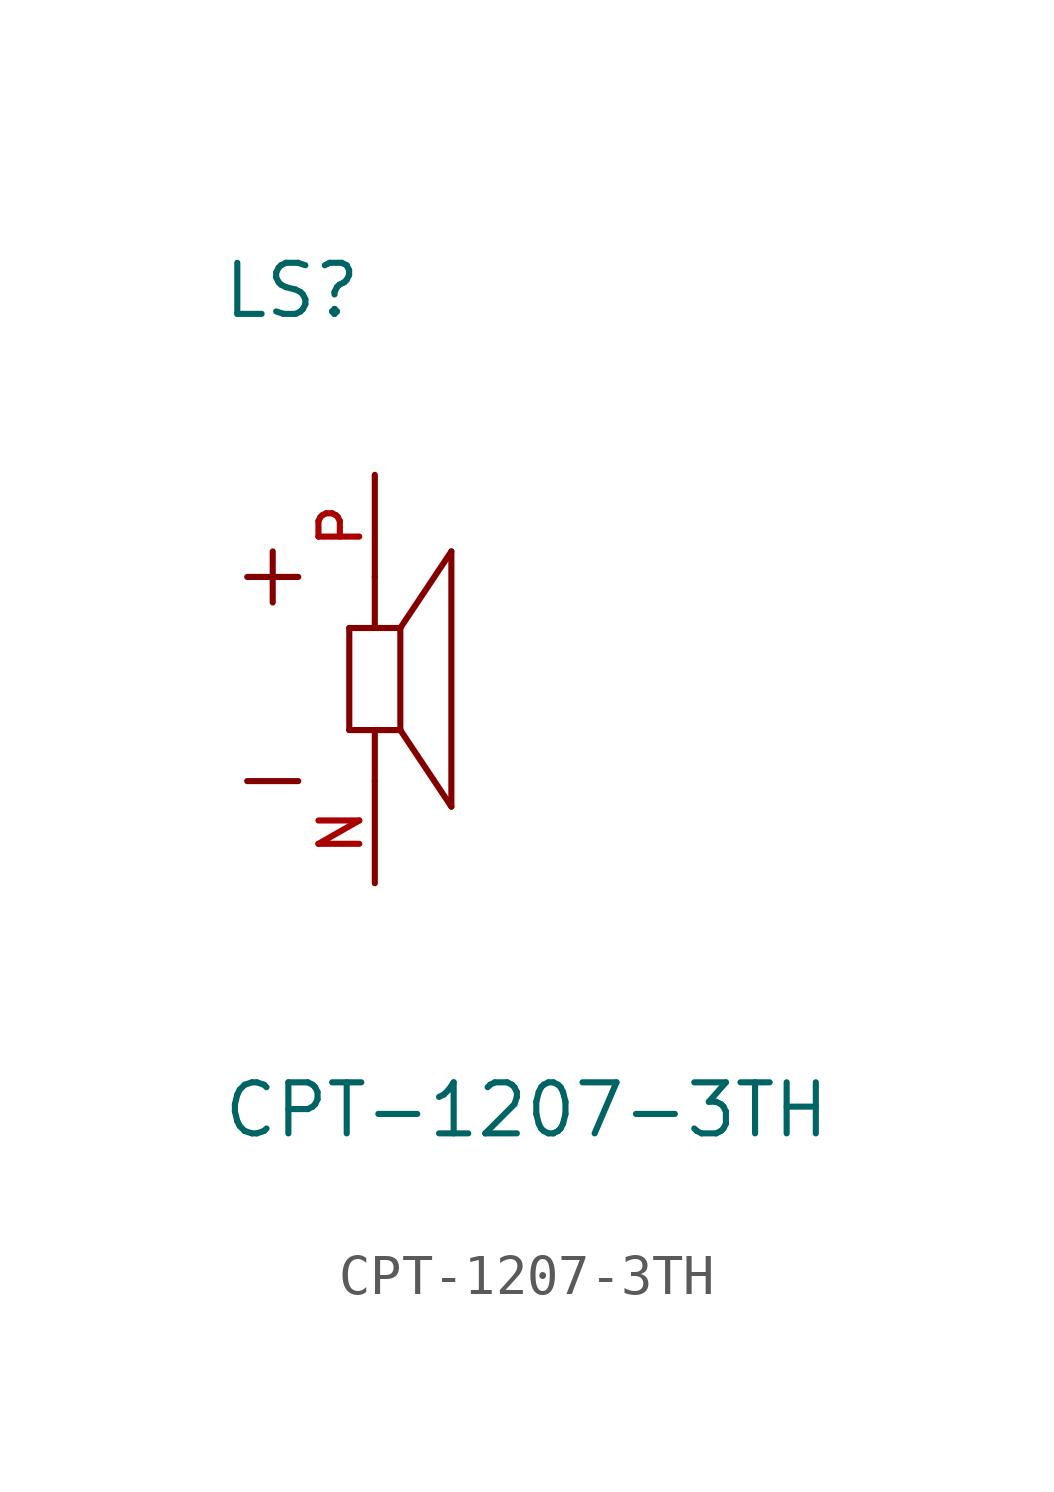
<source format=kicad_sym>
(kicad_symbol_lib
  (version 20211014)
  (generator kicad_symbol_editor)
  (symbol "CPT-1207-3TH"
    (pin_names
      (offset 1.016))
    (property "Reference" "LS"
      (at -3.824 8.922 0)
      (effects (font (size 1.27 1.27)) (justify bottom left)))
    (property "Value" "CPT-1207-3TH"
      (at -3.823 -11.468 0)
      (effects (font (size 1.27 1.27)) (justify bottom left)))
    (symbol "CPT-1207-3TH_0_0"
      (polyline (pts (xy -0.635 1.27) (xy 0.0 1.27)) (stroke (width 0.152)))
      (polyline (pts (xy 0.0 1.27) (xy 0.635 1.27)) (stroke (width 0.152)))
      (polyline (pts (xy 0.635 1.27) (xy 0.635 -1.27)) (stroke (width 0.152)))
      (polyline (pts (xy 0.635 -1.27) (xy 0.0 -1.27)) (stroke (width 0.152)))
      (polyline (pts (xy 0.0 -1.27) (xy -0.635 -1.27)) (stroke (width 0.152)))
      (polyline (pts (xy -0.635 -1.27) (xy -0.635 1.27)) (stroke (width 0.152)))
      (polyline (pts (xy 0.635 1.27) (xy 1.905 3.175)) (stroke (width 0.152)))
      (polyline (pts (xy 1.905 3.175) (xy 1.905 -3.175)) (stroke (width 0.152)))
      (polyline (pts (xy 1.905 -3.175) (xy 0.635 -1.27)) (stroke (width 0.152)))
      (polyline (pts (xy 0.0 1.27) (xy 0.0 2.54)) (stroke (width 0.152)))
      (polyline (pts (xy 0.0 -1.27) (xy 0.0 -2.54)) (stroke (width 0.152)))
      (polyline (pts (xy -2.54 3.175) (xy -2.54 1.905)) (stroke (width 0.152)))
      (polyline (pts (xy -3.175 2.54) (xy -1.905 2.54)) (stroke (width 0.152)))
      (polyline (pts (xy -3.175 -2.54) (xy -1.905 -2.54)) (stroke (width 0.152)))
      (pin passive line (at 0.0 5.08 270.0) (length 2.54) (name "~" (effects (font (size 1.016 1.016)))) (number "P" (effects (font (size 1.016 1.016)))))
      (pin passive line (at 0.0 -5.08 90.0) (length 2.54) (name "~" (effects (font (size 1.016 1.016)))) (number "N" (effects (font (size 1.016 1.016))))))))
</source>
